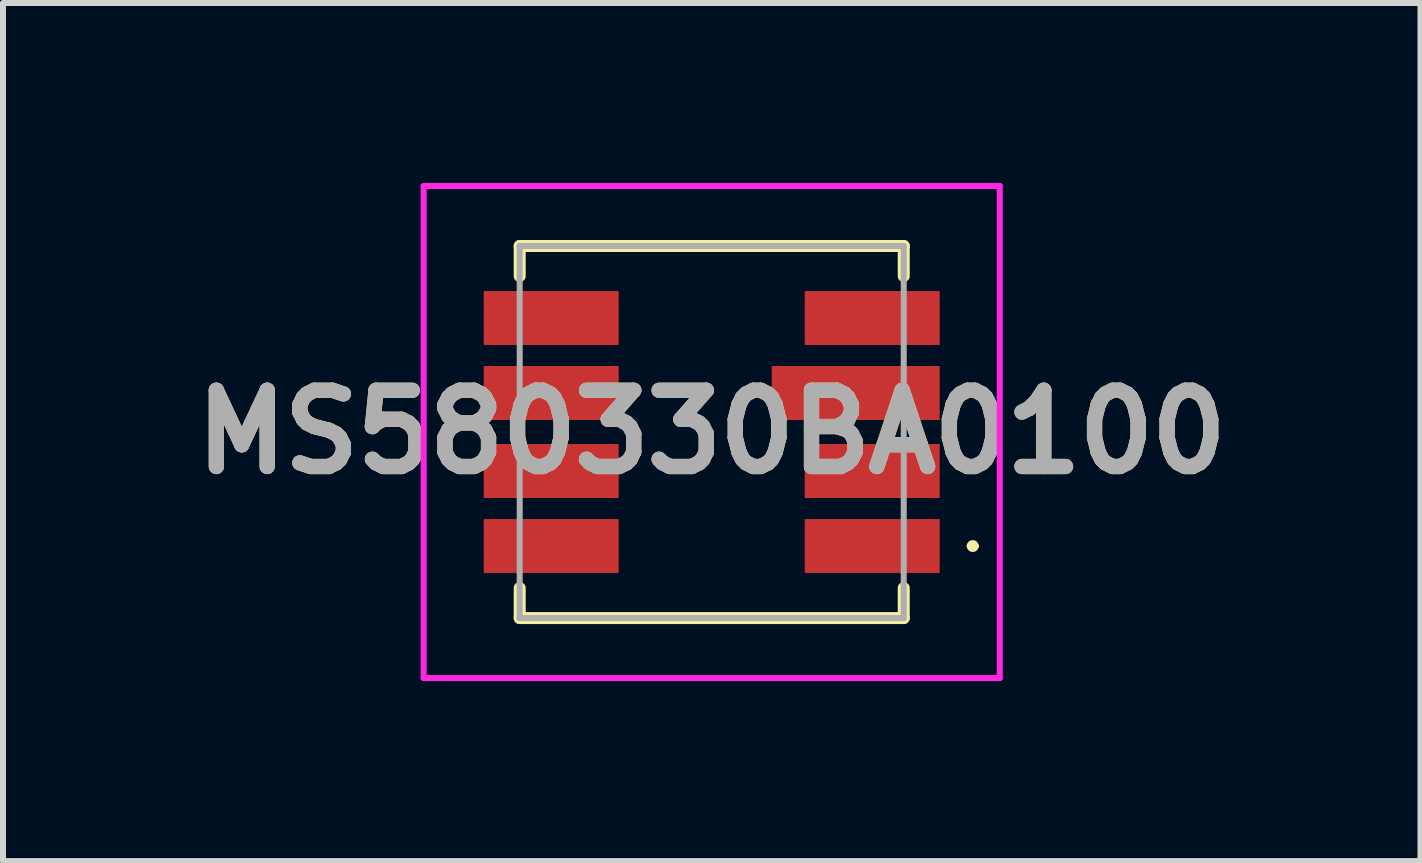
<source format=kicad_pcb>
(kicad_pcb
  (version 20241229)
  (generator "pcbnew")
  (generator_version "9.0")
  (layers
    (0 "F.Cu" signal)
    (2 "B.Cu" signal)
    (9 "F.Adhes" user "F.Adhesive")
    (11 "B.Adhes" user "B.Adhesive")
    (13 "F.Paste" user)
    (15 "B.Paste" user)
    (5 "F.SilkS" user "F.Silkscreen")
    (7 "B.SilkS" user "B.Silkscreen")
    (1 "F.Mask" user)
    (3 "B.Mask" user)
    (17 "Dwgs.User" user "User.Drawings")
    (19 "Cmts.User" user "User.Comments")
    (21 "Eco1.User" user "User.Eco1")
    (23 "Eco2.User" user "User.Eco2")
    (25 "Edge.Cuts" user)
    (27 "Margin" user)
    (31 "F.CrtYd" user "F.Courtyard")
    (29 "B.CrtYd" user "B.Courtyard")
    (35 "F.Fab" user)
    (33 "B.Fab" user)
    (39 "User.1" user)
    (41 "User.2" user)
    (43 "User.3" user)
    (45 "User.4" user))
  (footprint "MS580330BA0100"
    (layer "F.Cu")
    (at 8.811 4.15)
    (property "Reference" "MS580330BA0100" (at 0 0 0) (layer "F.SilkS") (effects (font (size 1.27 1.27) (thickness 0.254))))
    (attr smd)
    (fp_line (start -3.2 -3.1) (end -3.2 -2.6) (stroke (width 0.2) (type solid)) (layer "F.SilkS"))
    (fp_line (start -3.2 2.6) (end -3.2 3.1) (stroke (width 0.2) (type solid)) (layer "F.SilkS"))
    (fp_line (start -3.2 3.1) (end 3.2 3.1) (stroke (width 0.2) (type solid)) (layer "F.SilkS"))
    (fp_line (start 3.2 -3.1) (end -3.2 -3.1) (stroke (width 0.2) (type solid)) (layer "F.SilkS"))
    (fp_line (start 3.2 -2.6) (end 3.2 -3.1) (stroke (width 0.2) (type solid)) (layer "F.SilkS"))
    (fp_line (start 3.2 3.1) (end 3.2 2.6) (stroke (width 0.2) (type solid)) (layer "F.SilkS"))
    (fp_line (start 4.3 1.9) (end 4.3 1.9) (stroke (width 0.1) (type solid)) (layer "F.SilkS"))
    (fp_line (start 4.4 1.9) (end 4.4 1.9) (stroke (width 0.1) (type solid)) (layer "F.SilkS"))
    (fp_arc (start 4.3 1.9) (mid 4.35 1.85) (end 4.4 1.9) (stroke (width 0.1) (type solid)) (layer "F.SilkS"))
    (fp_arc (start 4.4 1.9) (mid 4.35 1.95) (end 4.3 1.9) (stroke (width 0.1) (type solid)) (layer "F.SilkS"))
    (fp_line (start -4.8 -4.1) (end 4.8 -4.1) (stroke (width 0.1) (type solid)) (layer "F.CrtYd"))
    (fp_line (start -4.8 4.1) (end -4.8 -4.1) (stroke (width 0.1) (type solid)) (layer "F.CrtYd"))
    (fp_line (start 4.8 -4.1) (end 4.8 4.1) (stroke (width 0.1) (type solid)) (layer "F.CrtYd"))
    (fp_line (start 4.8 4.1) (end -4.8 4.1) (stroke (width 0.1) (type solid)) (layer "F.CrtYd"))
    (fp_line (start -3.2 -3.1) (end -3.2 3.1) (stroke (width 0.1) (type solid)) (layer "F.Fab"))
    (fp_line (start -3.2 3.1) (end 3.2 3.1) (stroke (width 0.1) (type solid)) (layer "F.Fab"))
    (fp_line (start 3.2 -3.1) (end -3.2 -3.1) (stroke (width 0.1) (type solid)) (layer "F.Fab"))
    (fp_line (start 3.2 3.1) (end 3.2 -3.1) (stroke (width 0.1) (type solid)) (layer "F.Fab"))
    (fp_text user "${REFERENCE}" (at 0 0 0) (layer "F.Fab") (effects (font (size 1.27 1.27) (thickness 0.254))))
    (pad "1" smd rect (at 2.675 1.9 90) (size 0.9 2.25) (layers "F.Cu" "F.Mask" "F.Paste"))
    (pad "2" smd rect (at 2.675 0.65 90) (size 0.9 2.25) (layers "F.Cu" "F.Mask" "F.Paste"))
    (pad "3" smd rect (at 2.4 -0.65 90) (size 0.9 2.8) (layers "F.Cu" "F.Mask" "F.Paste"))
    (pad "4" smd rect (at 2.675 -1.9 90) (size 0.9 2.25) (layers "F.Cu" "F.Mask" "F.Paste"))
    (pad "5" smd rect (at -2.675 -1.9 90) (size 0.9 2.25) (layers "F.Cu" "F.Mask" "F.Paste"))
    (pad "6" smd rect (at -2.675 -0.65 90) (size 0.9 2.25) (layers "F.Cu" "F.Mask" "F.Paste"))
    (pad "7" smd rect (at -2.675 0.65 90) (size 0.9 2.25) (layers "F.Cu" "F.Mask" "F.Paste"))
    (pad "8" smd rect (at -2.675 1.9 90) (size 0.9 2.25) (layers "F.Cu" "F.Mask" "F.Paste")))
  (gr_rect
    (start -3 -3)
    (end 20.623 11.3)
    (stroke (width 0.1) (type default))
    (fill no)
    (layer "Edge.Cuts")))
</source>
